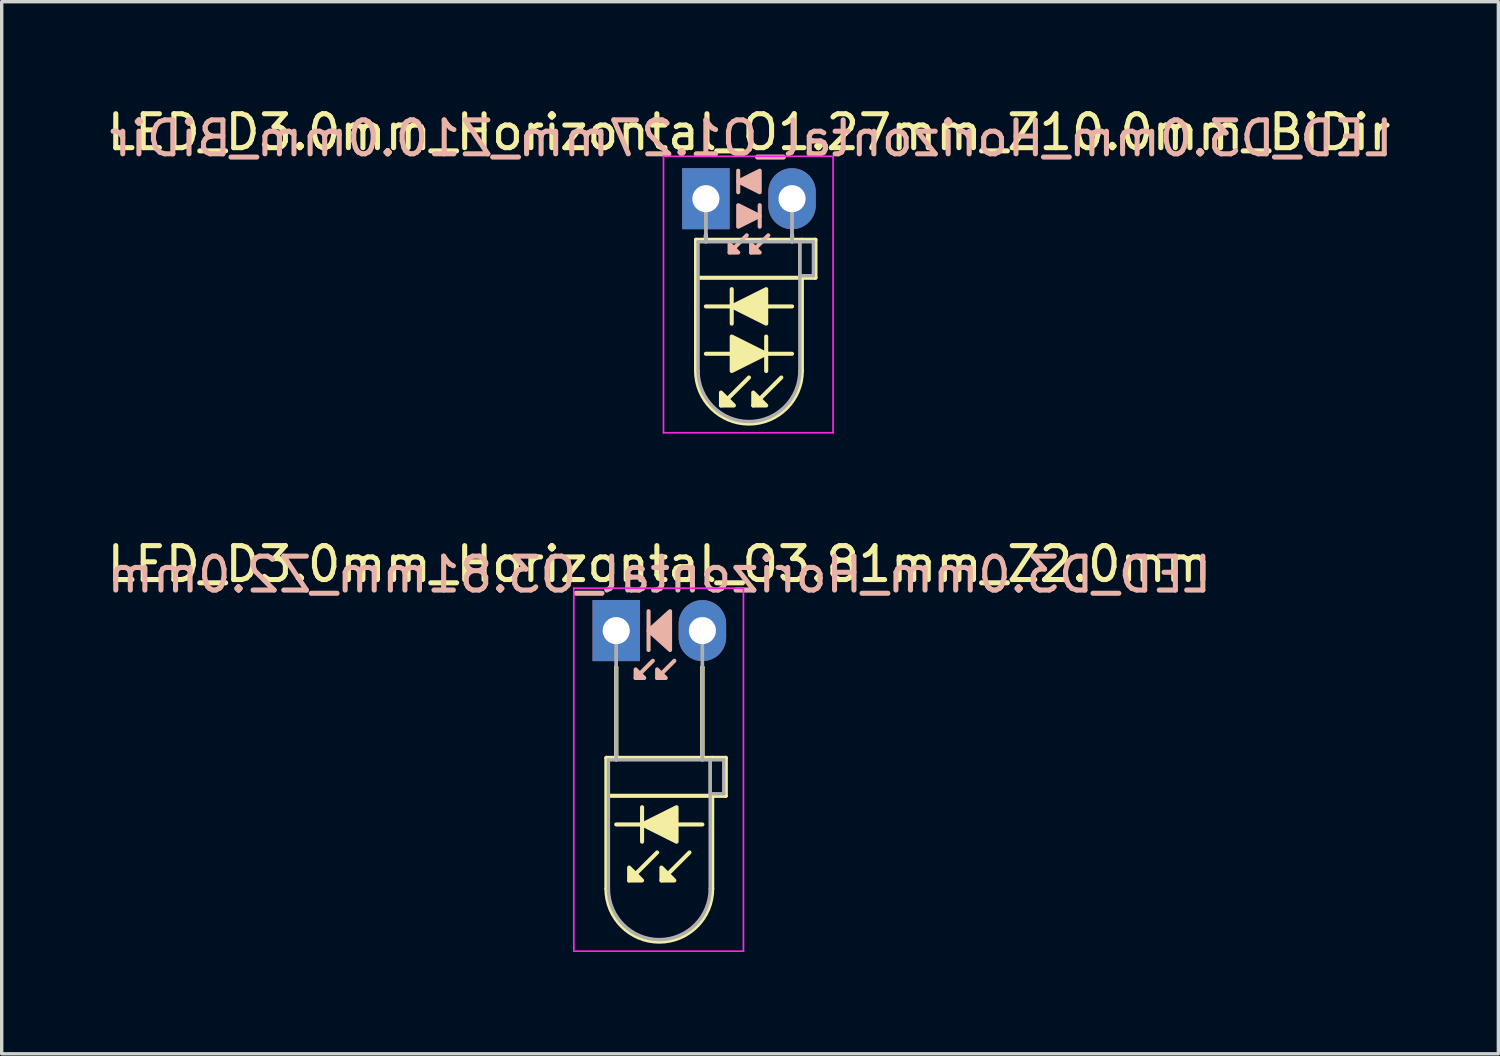
<source format=kicad_pcb>
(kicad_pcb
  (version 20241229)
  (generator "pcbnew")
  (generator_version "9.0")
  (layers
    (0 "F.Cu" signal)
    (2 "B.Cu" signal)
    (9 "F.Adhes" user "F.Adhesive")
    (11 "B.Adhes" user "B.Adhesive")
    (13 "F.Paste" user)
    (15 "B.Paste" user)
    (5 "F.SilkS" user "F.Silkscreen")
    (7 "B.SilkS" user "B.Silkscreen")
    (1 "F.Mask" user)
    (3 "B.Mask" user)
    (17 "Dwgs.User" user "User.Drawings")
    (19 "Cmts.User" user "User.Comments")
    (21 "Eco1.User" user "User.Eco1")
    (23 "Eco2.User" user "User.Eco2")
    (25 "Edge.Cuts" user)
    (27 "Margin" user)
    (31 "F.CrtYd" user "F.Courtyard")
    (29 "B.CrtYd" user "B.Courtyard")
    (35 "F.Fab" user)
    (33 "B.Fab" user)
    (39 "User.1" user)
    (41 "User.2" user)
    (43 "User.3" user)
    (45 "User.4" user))
  (footprint "LED_D3.0mm_Horizontal_O1.27mm_Z10.0mm_BiDir"
    (layer "F.Cu")
    (at 17.76 2.808)
    (property "Reference" "LED_D3.0mm_Horizontal_O1.27mm_Z10.0mm_BiDir" (at 1.27 -1.96 0) (layer "F.SilkS") (effects (font (size 1 1) (thickness 0.15))))
    (fp_line (start -0.29 1.21) (end -0.29 5.07) (stroke (width 0.12) (type solid)) (layer "F.SilkS"))
    (fp_line (start -0.29 1.21) (end 2.83 1.21) (stroke (width 0.12) (type solid)) (layer "F.SilkS"))
    (fp_line (start 0 1.08) (end 0 1.08) (stroke (width 0.12) (type solid)) (layer "F.SilkS"))
    (fp_line (start 0 1.08) (end 0 1.21) (stroke (width 0.12) (type solid)) (layer "F.SilkS"))
    (fp_line (start 0 1.21) (end 0 1.08) (stroke (width 0.12) (type solid)) (layer "F.SilkS"))
    (fp_line (start 0 1.21) (end 0 1.21) (stroke (width 0.12) (type solid)) (layer "F.SilkS"))
    (fp_line (start 0 4.572) (end 2.54 4.572) (stroke (width 0.12) (type solid)) (layer "F.SilkS"))
    (fp_line (start 0.762 2.667) (end 0.762 3.683) (stroke (width 0.12) (type solid)) (layer "F.SilkS"))
    (fp_line (start 1.27 5.271) (end 0.445 6.096) (stroke (width 0.12) (type solid)) (layer "F.SilkS"))
    (fp_line (start 1.778 5.08) (end 1.778 4.064) (stroke (width 0.12) (type solid)) (layer "F.SilkS"))
    (fp_line (start 2.223 5.271) (end 1.397 6.096) (stroke (width 0.12) (type solid)) (layer "F.SilkS"))
    (fp_line (start 2.54 1.08) (end 2.54 1.08) (stroke (width 0.12) (type solid)) (layer "F.SilkS"))
    (fp_line (start 2.54 1.08) (end 2.54 1.21) (stroke (width 0.12) (type solid)) (layer "F.SilkS"))
    (fp_line (start 2.54 1.21) (end 2.54 1.08) (stroke (width 0.12) (type solid)) (layer "F.SilkS"))
    (fp_line (start 2.54 1.21) (end 2.54 1.21) (stroke (width 0.12) (type solid)) (layer "F.SilkS"))
    (fp_line (start 2.54 3.175) (end 0 3.175) (stroke (width 0.12) (type solid)) (layer "F.SilkS"))
    (fp_line (start 2.83 1.21) (end 3.23 1.21) (stroke (width 0.12) (type solid)) (layer "F.SilkS"))
    (fp_line (start 2.83 2.33) (end 2.83 5.07) (stroke (width 0.12) (type solid)) (layer "F.SilkS"))
    (fp_line (start 3.23 1.21) (end 3.23 2.33) (stroke (width 0.12) (type solid)) (layer "F.SilkS"))
    (fp_line (start 3.23 2.33) (end -0.254 2.33) (stroke (width 0.12) (type solid)) (layer "F.SilkS"))
    (fp_arc (start 2.83 5.07) (mid 1.27 6.63) (end -0.29 5.07) (stroke (width 0.12) (type solid)) (layer "F.SilkS"))
    (fp_poly (pts (xy 0.445 5.715) (xy 0.826 6.096) (xy 0.445 6.096)) (stroke (width 0.12) (type solid)) (fill yes) (layer "F.SilkS"))
    (fp_poly (pts (xy 0.762 4.064) (xy 1.778 4.572) (xy 0.762 5.08)) (stroke (width 0.12) (type solid)) (fill yes) (layer "F.SilkS"))
    (fp_poly (pts (xy 1.397 5.715) (xy 1.778 6.096) (xy 1.397 6.096)) (stroke (width 0.12) (type solid)) (fill yes) (layer "F.SilkS"))
    (fp_poly (pts (xy 1.778 3.683) (xy 0.762 3.175) (xy 1.778 2.667)) (stroke (width 0.12) (type solid)) (fill yes) (layer "F.SilkS"))
    (fp_line (start 0.953 -0.826) (end 0.953 -0.191) (stroke (width 0.12) (type solid)) (layer "B.SilkS"))
    (fp_line (start 1.206 1.079) (end 0.699 1.587) (stroke (width 0.12) (type solid)) (layer "B.SilkS"))
    (fp_line (start 1.587 0.826) (end 1.587 0.191) (stroke (width 0.12) (type solid)) (layer "B.SilkS"))
    (fp_line (start 1.841 1.079) (end 1.333 1.587) (stroke (width 0.12) (type solid)) (layer "B.SilkS"))
    (fp_poly (pts (xy 0.699 1.333) (xy 0.953 1.587) (xy 0.699 1.587)) (stroke (width 0.12) (type solid)) (fill yes) (layer "B.SilkS"))
    (fp_poly (pts (xy 0.953 0.191) (xy 1.587 0.508) (xy 0.953 0.826)) (stroke (width 0.12) (type solid)) (fill yes) (layer "B.SilkS"))
    (fp_poly (pts (xy 1.333 1.333) (xy 1.587 1.587) (xy 1.333 1.587)) (stroke (width 0.12) (type solid)) (fill yes) (layer "B.SilkS"))
    (fp_poly (pts (xy 1.587 -0.191) (xy 0.953 -0.508) (xy 1.587 -0.826)) (stroke (width 0.12) (type solid)) (fill yes) (layer "B.SilkS"))
    (fp_line (start -1.25 -1.25) (end -1.25 6.9) (stroke (width 0.05) (type solid)) (layer "F.CrtYd"))
    (fp_line (start -1.25 6.9) (end 3.75 6.9) (stroke (width 0.05) (type solid)) (layer "F.CrtYd"))
    (fp_line (start 3.75 -1.25) (end -1.25 -1.25) (stroke (width 0.05) (type solid)) (layer "F.CrtYd"))
    (fp_line (start 3.75 6.9) (end 3.75 -1.25) (stroke (width 0.05) (type solid)) (layer "F.CrtYd"))
    (fp_line (start -0.23 1.27) (end -0.23 5.07) (stroke (width 0.1) (type solid)) (layer "F.Fab"))
    (fp_line (start -0.23 1.27) (end 2.77 1.27) (stroke (width 0.1) (type solid)) (layer "F.Fab"))
    (fp_line (start 0 0) (end 0 0) (stroke (width 0.1) (type solid)) (layer "F.Fab"))
    (fp_line (start 0 0) (end 0 1.27) (stroke (width 0.1) (type solid)) (layer "F.Fab"))
    (fp_line (start 0 1.27) (end 0 0) (stroke (width 0.1) (type solid)) (layer "F.Fab"))
    (fp_line (start 0 1.27) (end 0 1.27) (stroke (width 0.1) (type solid)) (layer "F.Fab"))
    (fp_line (start 2.54 0) (end 2.54 0) (stroke (width 0.1) (type solid)) (layer "F.Fab"))
    (fp_line (start 2.54 0) (end 2.54 1.27) (stroke (width 0.1) (type solid)) (layer "F.Fab"))
    (fp_line (start 2.54 1.27) (end 2.54 0) (stroke (width 0.1) (type solid)) (layer "F.Fab"))
    (fp_line (start 2.54 1.27) (end 2.54 1.27) (stroke (width 0.1) (type solid)) (layer "F.Fab"))
    (fp_line (start 2.77 1.27) (end 2.77 5.07) (stroke (width 0.1) (type solid)) (layer "F.Fab"))
    (fp_line (start 2.77 1.27) (end 3.17 1.27) (stroke (width 0.1) (type solid)) (layer "F.Fab"))
    (fp_line (start 2.77 2.27) (end 2.77 1.27) (stroke (width 0.1) (type solid)) (layer "F.Fab"))
    (fp_line (start 3.17 1.27) (end 3.17 2.27) (stroke (width 0.1) (type solid)) (layer "F.Fab"))
    (fp_line (start 3.17 2.27) (end 2.77 2.27) (stroke (width 0.1) (type solid)) (layer "F.Fab"))
    (fp_arc (start 2.77 5.07) (mid 1.27 6.57) (end -0.23 5.07) (stroke (width 0.1) (type solid)) (layer "F.Fab"))
    (fp_text user "${REFERENCE}" (at 1.333 -1.778 0) (layer "B.SilkS") (effects (font (size 1 1) (thickness 0.15)) (justify mirror)))
    (pad "1" thru_hole rect (at 0 0) (size 1.4 1.8) (drill 0.8) (layers "*.Cu" "*.Mask"))
    (pad "2" thru_hole oval (at 2.54 0) (size 1.4 1.8) (drill 0.8) (layers "*.Cu" "*.Mask")))
  (footprint "LED_D3.0mm_Horizontal_O3.81mm_Z2.0mm"
    (layer "F.Cu")
    (at 15.117 15.541)
    (property "Reference" "LED_D3.0mm_Horizontal_O3.81mm_Z2.0mm" (at 1.27 -1.96 0) (layer "F.SilkS") (effects (font (size 1 1) (thickness 0.15))))
    (fp_line (start -0.29 3.75) (end -0.29 7.61) (stroke (width 0.12) (type solid)) (layer "F.SilkS"))
    (fp_line (start -0.29 3.75) (end 2.83 3.75) (stroke (width 0.12) (type solid)) (layer "F.SilkS"))
    (fp_line (start 0 1.08) (end 0 1.08) (stroke (width 0.12) (type solid)) (layer "F.SilkS"))
    (fp_line (start 0 1.08) (end 0 3.75) (stroke (width 0.12) (type solid)) (layer "F.SilkS"))
    (fp_line (start 0 3.75) (end 0 1.08) (stroke (width 0.12) (type solid)) (layer "F.SilkS"))
    (fp_line (start 0 3.75) (end 0 3.75) (stroke (width 0.12) (type solid)) (layer "F.SilkS"))
    (fp_line (start 0.762 5.207) (end 0.762 6.223) (stroke (width 0.12) (type solid)) (layer "F.SilkS"))
    (fp_line (start 1.206 6.54) (end 0.381 7.366) (stroke (width 0.12) (type solid)) (layer "F.SilkS"))
    (fp_line (start 2.159 6.54) (end 1.333 7.366) (stroke (width 0.12) (type solid)) (layer "F.SilkS"))
    (fp_line (start 2.54 1.08) (end 2.54 1.08) (stroke (width 0.12) (type solid)) (layer "F.SilkS"))
    (fp_line (start 2.54 1.08) (end 2.54 3.75) (stroke (width 0.12) (type solid)) (layer "F.SilkS"))
    (fp_line (start 2.54 3.75) (end 2.54 1.08) (stroke (width 0.12) (type solid)) (layer "F.SilkS"))
    (fp_line (start 2.54 3.75) (end 2.54 3.75) (stroke (width 0.12) (type solid)) (layer "F.SilkS"))
    (fp_line (start 2.54 5.715) (end 0 5.715) (stroke (width 0.12) (type solid)) (layer "F.SilkS"))
    (fp_line (start 2.83 3.75) (end 3.23 3.75) (stroke (width 0.12) (type solid)) (layer "F.SilkS"))
    (fp_line (start 2.83 4.87) (end 2.83 7.61) (stroke (width 0.12) (type solid)) (layer "F.SilkS"))
    (fp_line (start 3.23 3.75) (end 3.23 4.87) (stroke (width 0.12) (type solid)) (layer "F.SilkS"))
    (fp_line (start 3.23 4.87) (end -0.254 4.87) (stroke (width 0.12) (type solid)) (layer "F.SilkS"))
    (fp_arc (start 2.83 7.61) (mid 1.27 9.17) (end -0.29 7.61) (stroke (width 0.12) (type solid)) (layer "F.SilkS"))
    (fp_poly (pts (xy 0.381 6.985) (xy 0.762 7.366) (xy 0.381 7.366)) (stroke (width 0.12) (type solid)) (fill yes) (layer "F.SilkS"))
    (fp_poly (pts (xy 1.333 6.985) (xy 1.714 7.366) (xy 1.333 7.366)) (stroke (width 0.12) (type solid)) (fill yes) (layer "F.SilkS"))
    (fp_poly (pts (xy 1.778 6.223) (xy 0.762 5.715) (xy 1.778 5.207)) (stroke (width 0.12) (type solid)) (fill yes) (layer "F.SilkS"))
    (fp_line (start 0.953 -0.572) (end 0.953 0.572) (stroke (width 0.12) (type solid)) (layer "B.SilkS"))
    (fp_line (start 1.079 0.889) (end 0.572 1.397) (stroke (width 0.12) (type solid)) (layer "B.SilkS"))
    (fp_line (start 1.714 0.889) (end 1.206 1.397) (stroke (width 0.12) (type solid)) (layer "B.SilkS"))
    (fp_poly (pts (xy 0.572 1.143) (xy 0.826 1.397) (xy 0.572 1.397)) (stroke (width 0.12) (type solid)) (fill yes) (layer "B.SilkS"))
    (fp_poly (pts (xy 1.206 1.143) (xy 1.46 1.397) (xy 1.206 1.397)) (stroke (width 0.12) (type solid)) (fill yes) (layer "B.SilkS"))
    (fp_poly (pts (xy 1.587 0.572) (xy 0.953 0) (xy 1.587 -0.572)) (stroke (width 0.12) (type solid)) (fill yes) (layer "B.SilkS"))
    (fp_line (start -1.25 -1.25) (end -1.25 9.45) (stroke (width 0.05) (type solid)) (layer "F.CrtYd"))
    (fp_line (start -1.25 9.45) (end 3.75 9.45) (stroke (width 0.05) (type solid)) (layer "F.CrtYd"))
    (fp_line (start 3.75 -1.25) (end -1.25 -1.25) (stroke (width 0.05) (type solid)) (layer "F.CrtYd"))
    (fp_line (start 3.75 9.45) (end 3.75 -1.25) (stroke (width 0.05) (type solid)) (layer "F.CrtYd"))
    (fp_line (start -0.23 3.81) (end -0.23 7.61) (stroke (width 0.1) (type solid)) (layer "F.Fab"))
    (fp_line (start -0.23 3.81) (end 2.77 3.81) (stroke (width 0.1) (type solid)) (layer "F.Fab"))
    (fp_line (start 0 0) (end 0 0) (stroke (width 0.1) (type solid)) (layer "F.Fab"))
    (fp_line (start 0 0) (end 0 3.81) (stroke (width 0.1) (type solid)) (layer "F.Fab"))
    (fp_line (start 0 3.81) (end 0 0) (stroke (width 0.1) (type solid)) (layer "F.Fab"))
    (fp_line (start 0 3.81) (end 0 3.81) (stroke (width 0.1) (type solid)) (layer "F.Fab"))
    (fp_line (start 2.54 0) (end 2.54 0) (stroke (width 0.1) (type solid)) (layer "F.Fab"))
    (fp_line (start 2.54 0) (end 2.54 3.81) (stroke (width 0.1) (type solid)) (layer "F.Fab"))
    (fp_line (start 2.54 3.81) (end 2.54 0) (stroke (width 0.1) (type solid)) (layer "F.Fab"))
    (fp_line (start 2.54 3.81) (end 2.54 3.81) (stroke (width 0.1) (type solid)) (layer "F.Fab"))
    (fp_line (start 2.77 3.81) (end 2.77 7.61) (stroke (width 0.1) (type solid)) (layer "F.Fab"))
    (fp_line (start 2.77 3.81) (end 3.17 3.81) (stroke (width 0.1) (type solid)) (layer "F.Fab"))
    (fp_line (start 2.77 4.81) (end 2.77 3.81) (stroke (width 0.1) (type solid)) (layer "F.Fab"))
    (fp_line (start 3.17 3.81) (end 3.17 4.81) (stroke (width 0.1) (type solid)) (layer "F.Fab"))
    (fp_line (start 3.17 4.81) (end 2.77 4.81) (stroke (width 0.1) (type solid)) (layer "F.Fab"))
    (fp_arc (start 2.77 7.61) (mid 1.27 9.11) (end -0.23 7.61) (stroke (width 0.1) (type solid)) (layer "F.Fab"))
    (fp_text user "${REFERENCE}" (at 1.27 -1.651 0) (layer "B.SilkS") (effects (font (size 1 1) (thickness 0.15)) (justify mirror)))
    (pad "1" thru_hole rect (at 0 0) (size 1.4 1.8) (drill 0.8) (layers "*.Cu" "*.Mask"))
    (pad "2" thru_hole oval (at 2.54 0) (size 1.4 1.8) (drill 0.8) (layers "*.Cu" "*.Mask")))
  (gr_rect
    (start -3 -3)
    (end 41.123 28.017)
    (stroke (width 0.1) (type default))
    (fill no)
    (layer "Edge.Cuts")))
</source>
